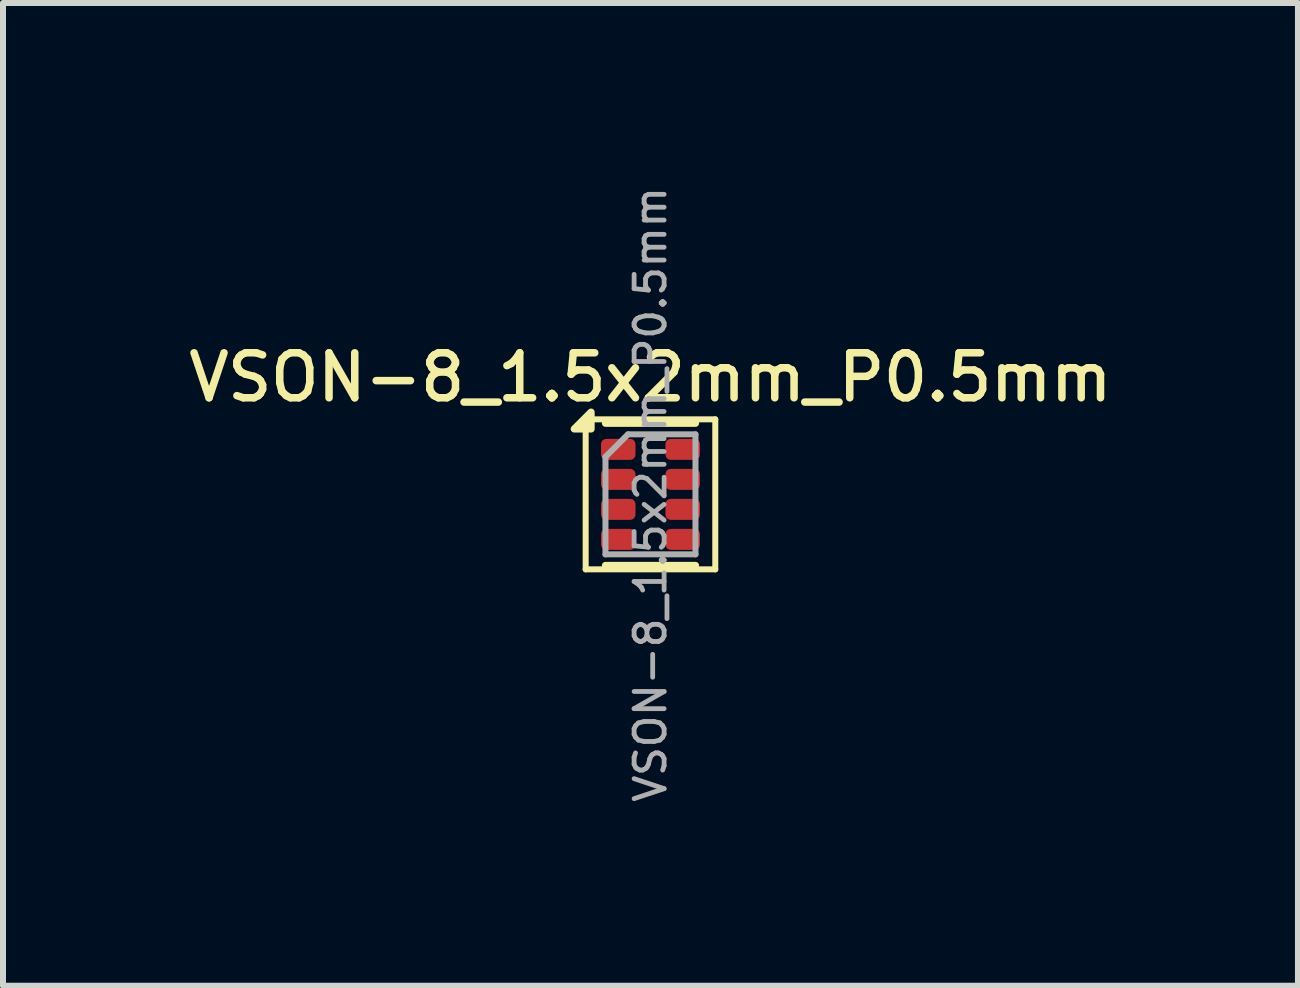
<source format=kicad_pcb>
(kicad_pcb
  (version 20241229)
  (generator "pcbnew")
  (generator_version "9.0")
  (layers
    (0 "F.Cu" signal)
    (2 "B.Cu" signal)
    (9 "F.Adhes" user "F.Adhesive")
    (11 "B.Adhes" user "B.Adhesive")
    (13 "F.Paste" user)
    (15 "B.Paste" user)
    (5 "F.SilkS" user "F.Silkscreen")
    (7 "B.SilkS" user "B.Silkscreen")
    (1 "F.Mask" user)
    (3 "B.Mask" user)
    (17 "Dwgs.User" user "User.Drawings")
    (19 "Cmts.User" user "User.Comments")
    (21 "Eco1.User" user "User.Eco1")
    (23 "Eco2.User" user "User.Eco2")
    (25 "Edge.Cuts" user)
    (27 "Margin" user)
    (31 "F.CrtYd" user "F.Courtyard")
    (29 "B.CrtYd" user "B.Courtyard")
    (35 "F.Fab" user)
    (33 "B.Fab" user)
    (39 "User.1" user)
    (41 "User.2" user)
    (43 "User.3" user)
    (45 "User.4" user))
  (footprint "VSON-8_1.5x2mm_P0.5mm"
    (layer "F.Cu")
    (at 7.791 5.189)
    (property "Reference" "VSON-8_1.5x2mm_P0.5mm" (at 0 -1.95 0) (layer "F.SilkS") (effects (font (size 0.75 0.75) (thickness 0.125))))
    (attr smd)
    (fp_line (start -1.08 -1.25) (end -1.08 1.25) (stroke (width 0.1) (type solid)) (layer "F.SilkS"))
    (fp_line (start -1.08 1.25) (end 1.08 1.25) (stroke (width 0.1) (type solid)) (layer "F.SilkS"))
    (fp_line (start -0.75 -1.185) (end 0.75 -1.185) (stroke (width 0.12) (type solid)) (layer "F.SilkS"))
    (fp_line (start -0.75 1.185) (end 0.75 1.185) (stroke (width 0.12) (type solid)) (layer "F.SilkS"))
    (fp_line (start 1.08 -1.25) (end -1.08 -1.25) (stroke (width 0.1) (type solid)) (layer "F.SilkS"))
    (fp_line (start 1.08 1.25) (end 1.08 -1.25) (stroke (width 0.1) (type solid)) (layer "F.SilkS"))
    (fp_poly (pts (xy -0.99 -1.09) (xy -1.27 -1.09) (xy -0.99 -1.37) (xy -0.99 -1.09)) (stroke (width 0.12) (type solid)) (fill yes) (layer "F.SilkS"))
    (fp_line (start -0.75 -0.625) (end -0.375 -1) (stroke (width 0.1) (type solid)) (layer "F.Fab"))
    (fp_line (start -0.75 1) (end -0.75 -0.625) (stroke (width 0.1) (type solid)) (layer "F.Fab"))
    (fp_line (start -0.375 -1) (end 0.75 -1) (stroke (width 0.1) (type solid)) (layer "F.Fab"))
    (fp_line (start 0.75 -1) (end 0.75 1) (stroke (width 0.1) (type solid)) (layer "F.Fab"))
    (fp_line (start 0.75 1) (end -0.75 1) (stroke (width 0.1) (type solid)) (layer "F.Fab"))
    (fp_text user "${REFERENCE}" (at 0 0 90) (layer "F.Fab") (effects (font (size 0.5 0.5) (thickness 0.08))))
    (pad "1" smd roundrect (at -0.537 -0.75) (size 0.575 0.35) (layers "F.Cu" "F.Mask" "F.Paste") (roundrect_rratio 0.25))
    (pad "2" smd roundrect (at -0.537 -0.25) (size 0.575 0.35) (layers "F.Cu" "F.Mask" "F.Paste") (roundrect_rratio 0.25))
    (pad "3" smd roundrect (at -0.537 0.25) (size 0.575 0.35) (layers "F.Cu" "F.Mask" "F.Paste") (roundrect_rratio 0.25))
    (pad "4" smd roundrect (at -0.537 0.75) (size 0.575 0.35) (layers "F.Cu" "F.Mask" "F.Paste") (roundrect_rratio 0.25))
    (pad "5" smd roundrect (at 0.537 0.75) (size 0.575 0.35) (layers "F.Cu" "F.Mask" "F.Paste") (roundrect_rratio 0.25))
    (pad "6" smd roundrect (at 0.537 0.25) (size 0.575 0.35) (layers "F.Cu" "F.Mask" "F.Paste") (roundrect_rratio 0.25))
    (pad "7" smd roundrect (at 0.537 -0.25) (size 0.575 0.35) (layers "F.Cu" "F.Mask" "F.Paste") (roundrect_rratio 0.25))
    (pad "8" smd roundrect (at 0.537 -0.75) (size 0.575 0.35) (layers "F.Cu" "F.Mask" "F.Paste") (roundrect_rratio 0.25)))
  (gr_rect
    (start -3 -3)
    (end 18.582 13.378)
    (stroke (width 0.1) (type default))
    (fill no)
    (layer "Edge.Cuts")))
</source>
